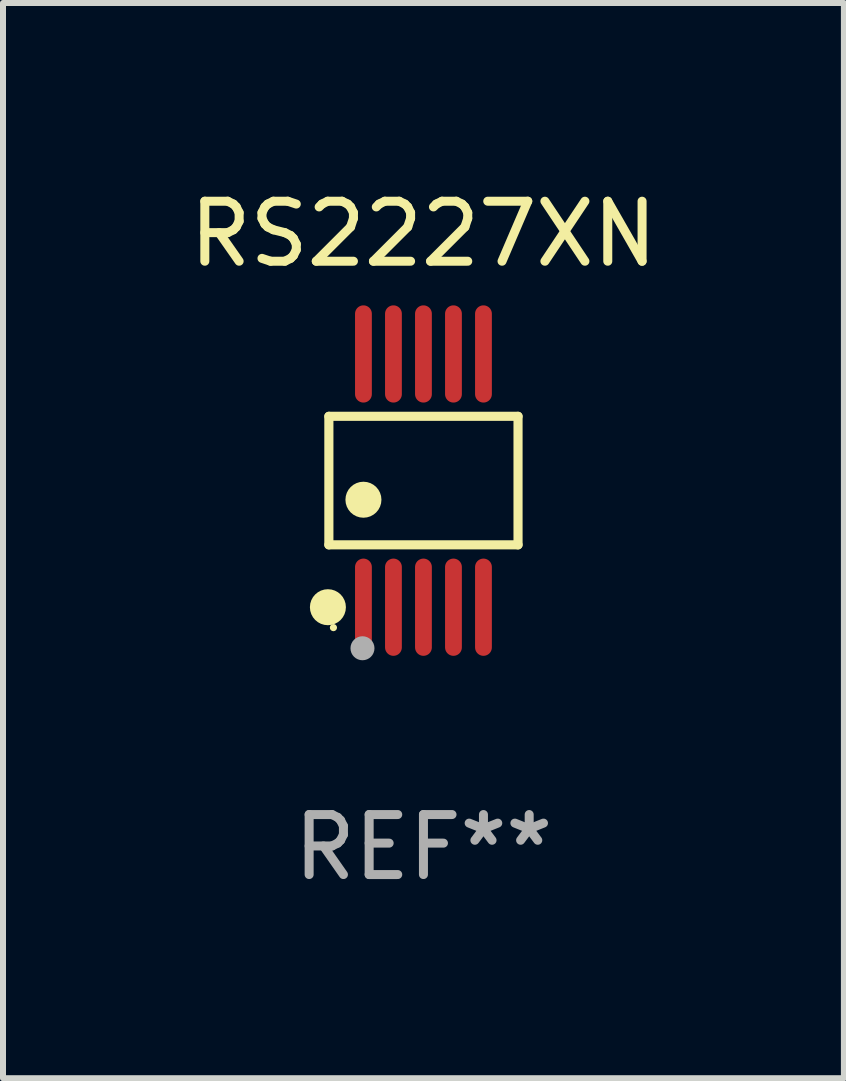
<source format=kicad_pcb>
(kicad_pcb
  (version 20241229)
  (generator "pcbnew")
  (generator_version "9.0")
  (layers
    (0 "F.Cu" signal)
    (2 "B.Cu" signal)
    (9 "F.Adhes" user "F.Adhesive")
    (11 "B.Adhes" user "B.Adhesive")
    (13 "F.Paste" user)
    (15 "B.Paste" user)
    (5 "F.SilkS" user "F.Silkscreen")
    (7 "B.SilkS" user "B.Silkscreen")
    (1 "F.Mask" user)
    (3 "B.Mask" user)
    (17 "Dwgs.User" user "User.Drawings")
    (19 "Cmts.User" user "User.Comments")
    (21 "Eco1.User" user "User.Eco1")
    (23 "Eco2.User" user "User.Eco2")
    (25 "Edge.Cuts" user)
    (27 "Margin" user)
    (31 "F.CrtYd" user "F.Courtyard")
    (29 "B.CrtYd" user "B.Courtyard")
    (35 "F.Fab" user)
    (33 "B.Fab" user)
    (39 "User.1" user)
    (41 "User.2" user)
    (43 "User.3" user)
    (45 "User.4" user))
  (footprint "RS2227XN"
    (layer "F.Cu")
    (at 4.006 4.958)
    (property "Reference" "RS2227XN" (at 0 -4.11 0) (layer "F.SilkS") (effects (font (size 1 1) (thickness 0.15))))
    (attr through_hole)
    (fp_line (start -1.576 -1.071) (end 1.576 -1.071) (stroke (width 0.152) (type solid)) (layer "F.SilkS"))
    (fp_line (start -1.576 1.071) (end -1.576 -1.071) (stroke (width 0.152) (type solid)) (layer "F.SilkS"))
    (fp_line (start 1.576 -1.071) (end 1.576 1.071) (stroke (width 0.152) (type solid)) (layer "F.SilkS"))
    (fp_line (start 1.576 1.071) (end -1.576 1.071) (stroke (width 0.152) (type solid)) (layer "F.SilkS"))
    (fp_circle (center -1.592 2.11) (end -1.442 2.11) (stroke (width 0.3) (type solid)) (fill no) (layer "F.SilkS"))
    (fp_circle (center -1.5 2.45) (end -1.47 2.45) (stroke (width 0.06) (type solid)) (fill no) (layer "F.SilkS"))
    (fp_circle (center -1 0.319) (end -0.85 0.319) (stroke (width 0.3) (type solid)) (fill no) (layer "F.SilkS"))
    (fp_circle (center -1.016 2.794) (end -0.916 2.794) (stroke (width 0.2) (type solid)) (fill no) (layer "F.Fab"))
    (fp_text user "REF**" (at 0 6.11 0) (layer "F.Fab") (effects (font (size 1 1) (thickness 0.15))))
    (pad "1" smd oval (at -1 2.11) (size 0.28 1.62) (layers "F.Cu" "F.Mask" "F.Paste"))
    (pad "2" smd oval (at -0.5 2.11) (size 0.28 1.62) (layers "F.Cu" "F.Mask" "F.Paste"))
    (pad "3" smd oval (at 0 2.11) (size 0.28 1.62) (layers "F.Cu" "F.Mask" "F.Paste"))
    (pad "4" smd oval (at 0.5 2.11) (size 0.28 1.62) (layers "F.Cu" "F.Mask" "F.Paste"))
    (pad "5" smd oval (at 1 2.11) (size 0.28 1.62) (layers "F.Cu" "F.Mask" "F.Paste"))
    (pad "6" smd oval (at 1 -2.11) (size 0.28 1.62) (layers "F.Cu" "F.Mask" "F.Paste"))
    (pad "7" smd oval (at 0.5 -2.11) (size 0.28 1.62) (layers "F.Cu" "F.Mask" "F.Paste"))
    (pad "8" smd oval (at 0 -2.11) (size 0.28 1.62) (layers "F.Cu" "F.Mask" "F.Paste"))
    (pad "9" smd oval (at -0.5 -2.11) (size 0.28 1.62) (layers "F.Cu" "F.Mask" "F.Paste"))
    (pad "10" smd oval (at -1 -2.11) (size 0.28 1.62) (layers "F.Cu" "F.Mask" "F.Paste")))
  (gr_rect
    (start -3 -3)
    (end 11.012 14.916)
    (stroke (width 0.1) (type default))
    (fill no)
    (layer "Edge.Cuts")))
</source>
